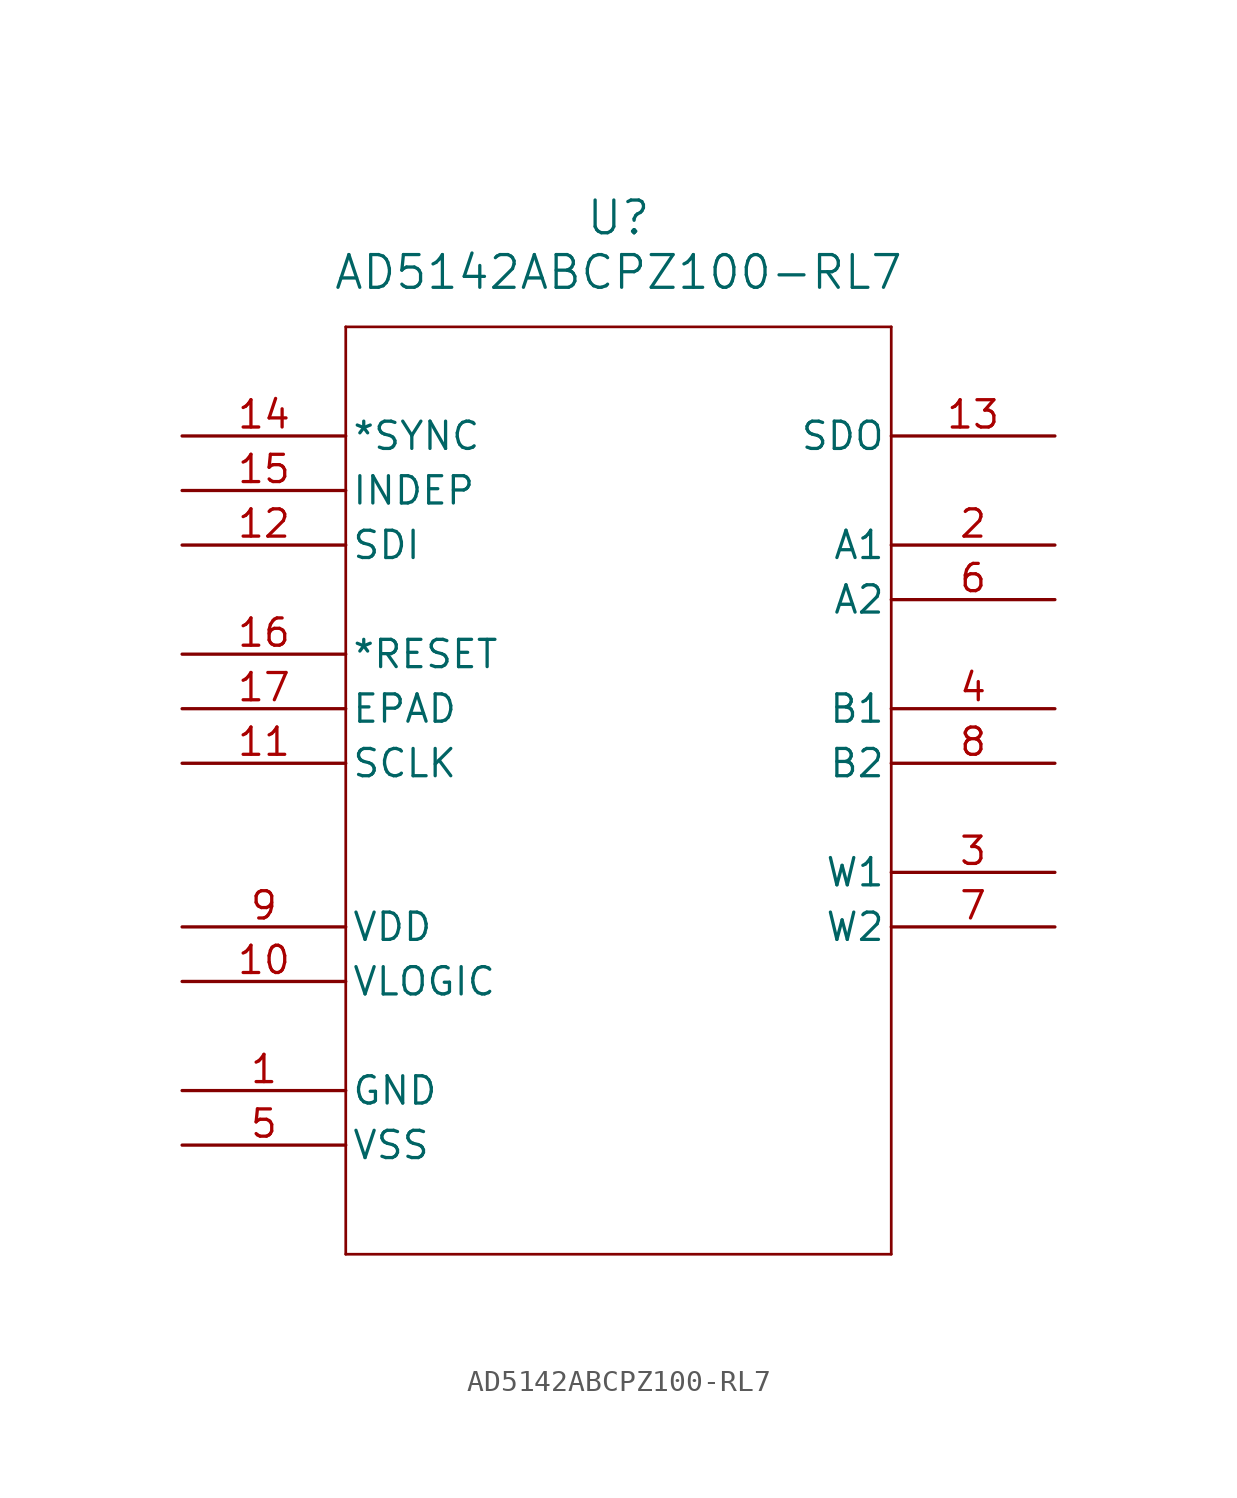
<source format=kicad_sym>
(kicad_symbol_lib
  (version 20211014)
  (generator kicad_symbol_editor)
  (symbol "AD5142ABCPZ100-RL7"
    (pin_names
      (offset 0.254))
    (property "Reference" "U"
      (at 20.32 10.16 0)
      (effects (font (size 1.524 1.524))))
    (property "Value" "AD5142ABCPZ100-RL7"
      (at 20.32 7.62 0)
      (effects (font (size 1.524 1.524))))
    (symbol "AD5142ABCPZ100-RL7_0_1"
      (polyline (pts (xy 7.62 5.08) (xy 7.62 -38.1)) (stroke (width 0.127) (type default) (color 0 0 0 0)) (fill (type none)))
      (polyline (pts (xy 7.62 -38.1) (xy 33.02 -38.1)) (stroke (width 0.127) (type default) (color 0 0 0 0)) (fill (type none)))
      (polyline (pts (xy 33.02 -38.1) (xy 33.02 5.08)) (stroke (width 0.127) (type default) (color 0 0 0 0)) (fill (type none)))
      (polyline (pts (xy 33.02 5.08) (xy 7.62 5.08)) (stroke (width 0.127) (type default) (color 0 0 0 0)) (fill (type none)))
      (pin power_in line (at 0 -30.48 0) (length 7.62) (name "GND" (effects (font (size 1.27 1.27)))) (number "1" (effects (font (size 1.27 1.27)))))
      (pin unspecified line (at 40.64 -5.08 180) (length 7.62) (name "A1" (effects (font (size 1.27 1.27)))) (number "2" (effects (font (size 1.27 1.27)))))
      (pin unspecified line (at 40.64 -20.32 180) (length 7.62) (name "W1" (effects (font (size 1.27 1.27)))) (number "3" (effects (font (size 1.27 1.27)))))
      (pin unspecified line (at 40.64 -12.7 180) (length 7.62) (name "B1" (effects (font (size 1.27 1.27)))) (number "4" (effects (font (size 1.27 1.27)))))
      (pin power_in line (at 0 -33.02 0) (length 7.62) (name "VSS" (effects (font (size 1.27 1.27)))) (number "5" (effects (font (size 1.27 1.27)))))
      (pin unspecified line (at 40.64 -7.62 180) (length 7.62) (name "A2" (effects (font (size 1.27 1.27)))) (number "6" (effects (font (size 1.27 1.27)))))
      (pin unspecified line (at 40.64 -22.86 180) (length 7.62) (name "W2" (effects (font (size 1.27 1.27)))) (number "7" (effects (font (size 1.27 1.27)))))
      (pin unspecified line (at 40.64 -15.24 180) (length 7.62) (name "B2" (effects (font (size 1.27 1.27)))) (number "8" (effects (font (size 1.27 1.27)))))
      (pin power_in line (at 0 -22.86 0) (length 7.62) (name "VDD" (effects (font (size 1.27 1.27)))) (number "9" (effects (font (size 1.27 1.27)))))
      (pin power_in line (at 0 -25.4 0) (length 7.62) (name "VLOGIC" (effects (font (size 1.27 1.27)))) (number "10" (effects (font (size 1.27 1.27)))))
      (pin unspecified line (at 0 -15.24 0) (length 7.62) (name "SCLK" (effects (font (size 1.27 1.27)))) (number "11" (effects (font (size 1.27 1.27)))))
      (pin input line (at 0 -5.08 0) (length 7.62) (name "SDI" (effects (font (size 1.27 1.27)))) (number "12" (effects (font (size 1.27 1.27)))))
      (pin output line (at 40.64 0 180) (length 7.62) (name "SDO" (effects (font (size 1.27 1.27)))) (number "13" (effects (font (size 1.27 1.27)))))
      (pin input line (at 0 0 0) (length 7.62) (name "*SYNC" (effects (font (size 1.27 1.27)))) (number "14" (effects (font (size 1.27 1.27)))))
      (pin unspecified line (at 0 -2.54 0) (length 7.62) (name "INDEP" (effects (font (size 1.27 1.27)))) (number "15" (effects (font (size 1.27 1.27)))))
      (pin unspecified line (at 0 -10.16 0) (length 7.62) (name "*RESET" (effects (font (size 1.27 1.27)))) (number "16" (effects (font (size 1.27 1.27)))))
      (pin unspecified line (at 0 -12.7 0) (length 7.62) (name "EPAD" (effects (font (size 1.27 1.27)))) (number "17" (effects (font (size 1.27 1.27))))))))
</source>
